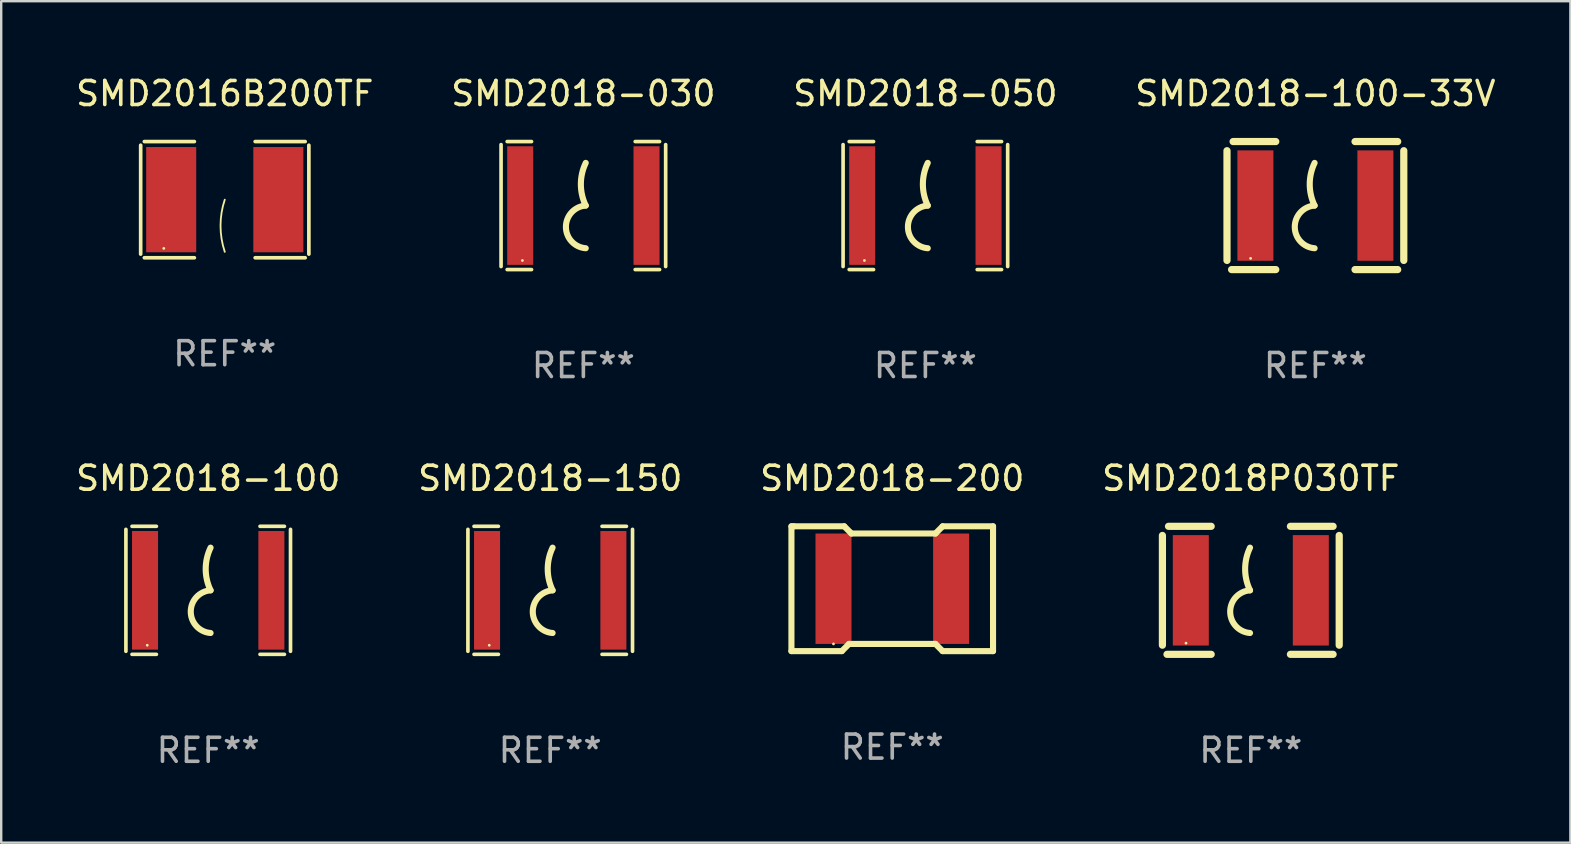
<source format=kicad_pcb>
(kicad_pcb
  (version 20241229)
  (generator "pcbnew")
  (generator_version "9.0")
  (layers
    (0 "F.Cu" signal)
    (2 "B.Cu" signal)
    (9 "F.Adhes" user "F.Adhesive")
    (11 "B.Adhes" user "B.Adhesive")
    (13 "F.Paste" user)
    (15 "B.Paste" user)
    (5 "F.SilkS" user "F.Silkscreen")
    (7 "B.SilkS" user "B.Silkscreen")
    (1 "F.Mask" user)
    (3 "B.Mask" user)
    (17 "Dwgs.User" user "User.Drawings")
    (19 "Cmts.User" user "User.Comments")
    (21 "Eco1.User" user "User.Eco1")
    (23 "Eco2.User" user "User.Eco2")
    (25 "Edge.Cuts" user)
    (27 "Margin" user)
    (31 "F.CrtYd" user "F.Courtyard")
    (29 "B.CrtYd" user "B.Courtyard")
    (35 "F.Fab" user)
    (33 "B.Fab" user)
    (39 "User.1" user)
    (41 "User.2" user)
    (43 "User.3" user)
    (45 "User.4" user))
  (footprint "SMD2018-100"
    (layer "F.Cu")
    (at 5.625 21.546)
    (property "Reference" "SMD2018-100" (at 0 -4.667 0) (layer "F.SilkS") (effects (font (size 1 1) (thickness 0.15))))
    (attr through_hole)
    (fp_line (start -3.429 2.54) (end -3.429 -2.54) (stroke (width 0.152) (type solid)) (layer "F.SilkS"))
    (fp_line (start -3.175 2.667) (end -2.159 2.667) (stroke (width 0.152) (type solid)) (layer "F.SilkS"))
    (fp_line (start -2.159 -2.667) (end -3.175 -2.667) (stroke (width 0.152) (type solid)) (layer "F.SilkS"))
    (fp_line (start 2.159 2.667) (end 3.175 2.667) (stroke (width 0.152) (type solid)) (layer "F.SilkS"))
    (fp_line (start 3.175 -2.667) (end 2.159 -2.667) (stroke (width 0.152) (type solid)) (layer "F.SilkS"))
    (fp_line (start 3.429 -2.54) (end 3.429 2.54) (stroke (width 0.152) (type solid)) (layer "F.SilkS"))
    (fp_arc (start 0.09873 -0.000001) (mid -0.104416 -0.889002) (end 0.09873 -1.778004) (stroke (width 0.254001) (type solid)) (layer "F.SilkS"))
    (fp_arc (start 0.09873 1.778004) (mid -0.727058 0.889002) (end 0.098731 0) (stroke (width 0.254001) (type solid)) (layer "F.SilkS"))
    (fp_circle (center -2.54 2.288) (end -2.51 2.288) (stroke (width 0.06) (type solid)) (fill no) (layer "F.SilkS"))
    (fp_text user "REF**" (at 0 6.667 0) (layer "F.Fab") (effects (font (size 1 1) (thickness 0.15))))
    (pad "1" smd rect (at -2.632 0) (size 1.084 4.941) (layers "F.Cu" "F.Mask" "F.Paste"))
    (pad "2" smd rect (at 2.632 0) (size 1.084 4.941) (layers "F.Cu" "F.Mask" "F.Paste")))
  (footprint "SMD2018-050"
    (layer "F.Cu")
    (at 35.506 5.515)
    (property "Reference" "SMD2018-050" (at 0 -4.667 0) (layer "F.SilkS") (effects (font (size 1 1) (thickness 0.15))))
    (attr through_hole)
    (fp_line (start -3.429 2.54) (end -3.429 -2.54) (stroke (width 0.152) (type solid)) (layer "F.SilkS"))
    (fp_line (start -3.175 2.667) (end -2.159 2.667) (stroke (width 0.152) (type solid)) (layer "F.SilkS"))
    (fp_line (start -2.159 -2.667) (end -3.175 -2.667) (stroke (width 0.152) (type solid)) (layer "F.SilkS"))
    (fp_line (start 2.159 2.667) (end 3.175 2.667) (stroke (width 0.152) (type solid)) (layer "F.SilkS"))
    (fp_line (start 3.175 -2.667) (end 2.159 -2.667) (stroke (width 0.152) (type solid)) (layer "F.SilkS"))
    (fp_line (start 3.429 -2.54) (end 3.429 2.54) (stroke (width 0.152) (type solid)) (layer "F.SilkS"))
    (fp_arc (start 0.09873 -0.000001) (mid -0.104416 -0.889002) (end 0.09873 -1.778004) (stroke (width 0.254001) (type solid)) (layer "F.SilkS"))
    (fp_arc (start 0.09873 1.778004) (mid -0.727058 0.889002) (end 0.098731 0) (stroke (width 0.254001) (type solid)) (layer "F.SilkS"))
    (fp_circle (center -2.54 2.288) (end -2.51 2.288) (stroke (width 0.06) (type solid)) (fill no) (layer "F.SilkS"))
    (fp_text user "REF**" (at 0 6.667 0) (layer "F.Fab") (effects (font (size 1 1) (thickness 0.15))))
    (pad "1" smd rect (at -2.632 0) (size 1.084 4.941) (layers "F.Cu" "F.Mask" "F.Paste"))
    (pad "2" smd rect (at 2.632 0) (size 1.084 4.941) (layers "F.Cu" "F.Mask" "F.Paste")))
  (footprint "SMD2016B200TF"
    (layer "F.Cu")
    (at 6.315 5.269)
    (property "Reference" "SMD2016B200TF" (at 0 -4.421 0) (layer "F.SilkS") (effects (font (size 1 1) (thickness 0.15))))
    (attr through_hole)
    (fp_line (start -3.504 -2.269) (end -3.504 2.269) (stroke (width 0.152) (type solid)) (layer "F.SilkS"))
    (fp_line (start -3.351 2.421) (end -1.266 2.421) (stroke (width 0.152) (type solid)) (layer "F.SilkS"))
    (fp_line (start -1.266 -2.421) (end -3.351 -2.421) (stroke (width 0.152) (type solid)) (layer "F.SilkS"))
    (fp_line (start 1.266 -2.421) (end 3.351 -2.421) (stroke (width 0.152) (type solid)) (layer "F.SilkS"))
    (fp_line (start 3.351 2.421) (end 1.266 2.421) (stroke (width 0.152) (type solid)) (layer "F.SilkS"))
    (fp_line (start 3.504 -2.269) (end 3.504 2.269) (stroke (width 0.152) (type solid)) (layer "F.SilkS"))
    (fp_arc (start 0 2.17335) (mid -0.176343 1.086675) (end 0 0) (stroke (width 0.0762) (type solid)) (layer "F.SilkS"))
    (fp_circle (center -2.54 2.03) (end -2.51 2.03) (stroke (width 0.06) (type solid)) (fill no) (layer "F.SilkS"))
    (fp_text user "REF**" (at 0 6.421 0) (layer "F.Fab") (effects (font (size 1 1) (thickness 0.15))))
    (pad "1" smd rect (at -2.232 0) (size 2.085 4.385) (layers "F.Cu" "F.Mask" "F.Paste"))
    (pad "2" smd rect (at 2.232 0) (size 2.085 4.385) (layers "F.Cu" "F.Mask" "F.Paste")))
  (footprint "SMD2018-100-33V"
    (layer "F.Cu")
    (at 51.756 5.515)
    (property "Reference" "SMD2018-100-33V" (at 0 -4.667 0) (layer "F.SilkS") (effects (font (size 1 1) (thickness 0.15))))
    (attr through_hole)
    (fp_line (start -3.683 -2.286) (end -3.683 2.286) (stroke (width 0.3) (type solid)) (layer "F.SilkS"))
    (fp_line (start -3.492 2.667) (end -1.651 2.667) (stroke (width 0.3) (type solid)) (layer "F.SilkS"))
    (fp_line (start -1.651 -2.667) (end -3.429 -2.667) (stroke (width 0.3) (type solid)) (layer "F.SilkS"))
    (fp_line (start 1.651 2.667) (end 3.429 2.667) (stroke (width 0.3) (type solid)) (layer "F.SilkS"))
    (fp_line (start 3.429 -2.667) (end 1.651 -2.667) (stroke (width 0.3) (type solid)) (layer "F.SilkS"))
    (fp_line (start 3.683 2.286) (end 3.683 -2.286) (stroke (width 0.3) (type solid)) (layer "F.SilkS"))
    (fp_arc (start -0.033147 -0.000001) (mid -0.236293 -0.889002) (end -0.033147 -1.778004) (stroke (width 0.254001) (type solid)) (layer "F.SilkS"))
    (fp_arc (start -0.033147 1.778004) (mid -0.858935 0.889002) (end -0.033146 0) (stroke (width 0.254001) (type solid)) (layer "F.SilkS"))
    (fp_circle (center -2.7 2.2) (end -2.67 2.2) (stroke (width 0.06) (type solid)) (fill no) (layer "F.SilkS"))
    (fp_text user "REF**" (at 0 6.667 0) (layer "F.Fab") (effects (font (size 1 1) (thickness 0.15))))
    (pad "1" smd rect (at -2.5 0) (size 1.5 4.6) (layers "F.Cu" "F.Mask" "F.Paste"))
    (pad "2" smd rect (at 2.5 0) (size 1.5 4.6) (layers "F.Cu" "F.Mask" "F.Paste")))
  (footprint "SMD2018-200"
    (layer "F.Cu")
    (at 34.125 21.479)
    (property "Reference" "SMD2018-200" (at 0 -4.6 0) (layer "F.SilkS") (effects (font (size 1 1) (thickness 0.15))))
    (attr through_hole)
    (fp_line (start -4.2 -2.6) (end -4.1 -2.6) (stroke (width 0.254) (type solid)) (layer "F.SilkS"))
    (fp_line (start -4.2 2.6) (end -4.2 -2.6) (stroke (width 0.254) (type solid)) (layer "F.SilkS"))
    (fp_line (start -4.1 -2.6) (end -2 -2.6) (stroke (width 0.254) (type solid)) (layer "F.SilkS"))
    (fp_line (start -2.1 2.6) (end -4.2 2.6) (stroke (width 0.254) (type solid)) (layer "F.SilkS"))
    (fp_line (start -2 -2.6) (end -1.7 -2.3) (stroke (width 0.254) (type solid)) (layer "F.SilkS"))
    (fp_line (start -1.8 2.3) (end -2.1 2.6) (stroke (width 0.254) (type solid)) (layer "F.SilkS"))
    (fp_line (start -1.7 -2.3) (end 1.8 -2.3) (stroke (width 0.254) (type solid)) (layer "F.SilkS"))
    (fp_line (start 1.8 -2.3) (end 2.1 -2.6) (stroke (width 0.254) (type solid)) (layer "F.SilkS"))
    (fp_line (start 1.8 2.3) (end -1.8 2.3) (stroke (width 0.254) (type solid)) (layer "F.SilkS"))
    (fp_line (start 2.1 -2.6) (end 4.2 -2.6) (stroke (width 0.254) (type solid)) (layer "F.SilkS"))
    (fp_line (start 2.1 2.6) (end 1.8 2.3) (stroke (width 0.254) (type solid)) (layer "F.SilkS"))
    (fp_line (start 4.2 -2.6) (end 4.2 2.6) (stroke (width 0.254) (type solid)) (layer "F.SilkS"))
    (fp_line (start 4.2 2.6) (end 2.1 2.6) (stroke (width 0.254) (type solid)) (layer "F.SilkS"))
    (fp_circle (center -2.448 2.3) (end -2.418 2.3) (stroke (width 0.06) (type solid)) (fill no) (layer "F.SilkS"))
    (fp_text user "REF**" (at 0 6.6 0) (layer "F.Fab") (effects (font (size 1 1) (thickness 0.15))))
    (pad "1" smd rect (at -2.447 0 90) (size 4.6 1.5) (layers "F.Cu" "F.Mask" "F.Paste"))
    (pad "2" smd rect (at 2.453 0 90) (size 4.6 1.5) (layers "F.Cu" "F.Mask" "F.Paste")))
  (footprint "SMD2018-030"
    (layer "F.Cu")
    (at 21.256 5.515)
    (property "Reference" "SMD2018-030" (at 0 -4.667 0) (layer "F.SilkS") (effects (font (size 1 1) (thickness 0.15))))
    (attr through_hole)
    (fp_line (start -3.429 2.54) (end -3.429 -2.54) (stroke (width 0.152) (type solid)) (layer "F.SilkS"))
    (fp_line (start -3.175 2.667) (end -2.159 2.667) (stroke (width 0.152) (type solid)) (layer "F.SilkS"))
    (fp_line (start -2.159 -2.667) (end -3.175 -2.667) (stroke (width 0.152) (type solid)) (layer "F.SilkS"))
    (fp_line (start 2.159 2.667) (end 3.175 2.667) (stroke (width 0.152) (type solid)) (layer "F.SilkS"))
    (fp_line (start 3.175 -2.667) (end 2.159 -2.667) (stroke (width 0.152) (type solid)) (layer "F.SilkS"))
    (fp_line (start 3.429 -2.54) (end 3.429 2.54) (stroke (width 0.152) (type solid)) (layer "F.SilkS"))
    (fp_arc (start 0.09873 -0.000001) (mid -0.104416 -0.889002) (end 0.09873 -1.778004) (stroke (width 0.254001) (type solid)) (layer "F.SilkS"))
    (fp_arc (start 0.09873 1.778004) (mid -0.727058 0.889002) (end 0.098731 0) (stroke (width 0.254001) (type solid)) (layer "F.SilkS"))
    (fp_circle (center -2.54 2.288) (end -2.51 2.288) (stroke (width 0.06) (type solid)) (fill no) (layer "F.SilkS"))
    (fp_text user "REF**" (at 0 6.667 0) (layer "F.Fab") (effects (font (size 1 1) (thickness 0.15))))
    (pad "1" smd rect (at -2.632 0) (size 1.084 4.941) (layers "F.Cu" "F.Mask" "F.Paste"))
    (pad "2" smd rect (at 2.632 0) (size 1.084 4.941) (layers "F.Cu" "F.Mask" "F.Paste")))
  (footprint "SMD2018P030TF"
    (layer "F.Cu")
    (at 49.065 21.546)
    (property "Reference" "SMD2018P030TF" (at 0 -4.667 0) (layer "F.SilkS") (effects (font (size 1 1) (thickness 0.15))))
    (attr through_hole)
    (fp_line (start -3.683 -2.286) (end -3.683 2.286) (stroke (width 0.3) (type solid)) (layer "F.SilkS"))
    (fp_line (start -3.492 2.667) (end -1.651 2.667) (stroke (width 0.3) (type solid)) (layer "F.SilkS"))
    (fp_line (start -1.651 -2.667) (end -3.429 -2.667) (stroke (width 0.3) (type solid)) (layer "F.SilkS"))
    (fp_line (start 1.651 2.667) (end 3.429 2.667) (stroke (width 0.3) (type solid)) (layer "F.SilkS"))
    (fp_line (start 3.429 -2.667) (end 1.651 -2.667) (stroke (width 0.3) (type solid)) (layer "F.SilkS"))
    (fp_line (start 3.683 2.286) (end 3.683 -2.286) (stroke (width 0.3) (type solid)) (layer "F.SilkS"))
    (fp_arc (start -0.033147 -0.000001) (mid -0.236293 -0.889002) (end -0.033147 -1.778004) (stroke (width 0.254001) (type solid)) (layer "F.SilkS"))
    (fp_arc (start -0.033147 1.778004) (mid -0.858935 0.889002) (end -0.033146 0) (stroke (width 0.254001) (type solid)) (layer "F.SilkS"))
    (fp_circle (center -2.7 2.2) (end -2.67 2.2) (stroke (width 0.06) (type solid)) (fill no) (layer "F.SilkS"))
    (fp_text user "REF**" (at 0 6.667 0) (layer "F.Fab") (effects (font (size 1 1) (thickness 0.15))))
    (pad "1" smd rect (at -2.5 0) (size 1.5 4.6) (layers "F.Cu" "F.Mask" "F.Paste"))
    (pad "2" smd rect (at 2.5 0) (size 1.5 4.6) (layers "F.Cu" "F.Mask" "F.Paste")))
  (footprint "SMD2018-150"
    (layer "F.Cu")
    (at 19.875 21.546)
    (property "Reference" "SMD2018-150" (at 0 -4.667 0) (layer "F.SilkS") (effects (font (size 1 1) (thickness 0.15))))
    (attr through_hole)
    (fp_line (start -3.429 2.54) (end -3.429 -2.54) (stroke (width 0.152) (type solid)) (layer "F.SilkS"))
    (fp_line (start -3.175 2.667) (end -2.159 2.667) (stroke (width 0.152) (type solid)) (layer "F.SilkS"))
    (fp_line (start -2.159 -2.667) (end -3.175 -2.667) (stroke (width 0.152) (type solid)) (layer "F.SilkS"))
    (fp_line (start 2.159 2.667) (end 3.175 2.667) (stroke (width 0.152) (type solid)) (layer "F.SilkS"))
    (fp_line (start 3.175 -2.667) (end 2.159 -2.667) (stroke (width 0.152) (type solid)) (layer "F.SilkS"))
    (fp_line (start 3.429 -2.54) (end 3.429 2.54) (stroke (width 0.152) (type solid)) (layer "F.SilkS"))
    (fp_arc (start 0.09873 -0.000001) (mid -0.104416 -0.889002) (end 0.09873 -1.778004) (stroke (width 0.254001) (type solid)) (layer "F.SilkS"))
    (fp_arc (start 0.09873 1.778004) (mid -0.727058 0.889002) (end 0.098731 0) (stroke (width 0.254001) (type solid)) (layer "F.SilkS"))
    (fp_circle (center -2.54 2.288) (end -2.51 2.288) (stroke (width 0.06) (type solid)) (fill no) (layer "F.SilkS"))
    (fp_text user "REF**" (at 0 6.667 0) (layer "F.Fab") (effects (font (size 1 1) (thickness 0.15))))
    (pad "1" smd rect (at -2.632 0) (size 1.084 4.941) (layers "F.Cu" "F.Mask" "F.Paste"))
    (pad "2" smd rect (at 2.632 0) (size 1.084 4.941) (layers "F.Cu" "F.Mask" "F.Paste")))
  (gr_rect
    (start -3 -3)
    (end 62.381 32.061)
    (stroke (width 0.1) (type default))
    (fill no)
    (layer "Edge.Cuts")))
</source>
